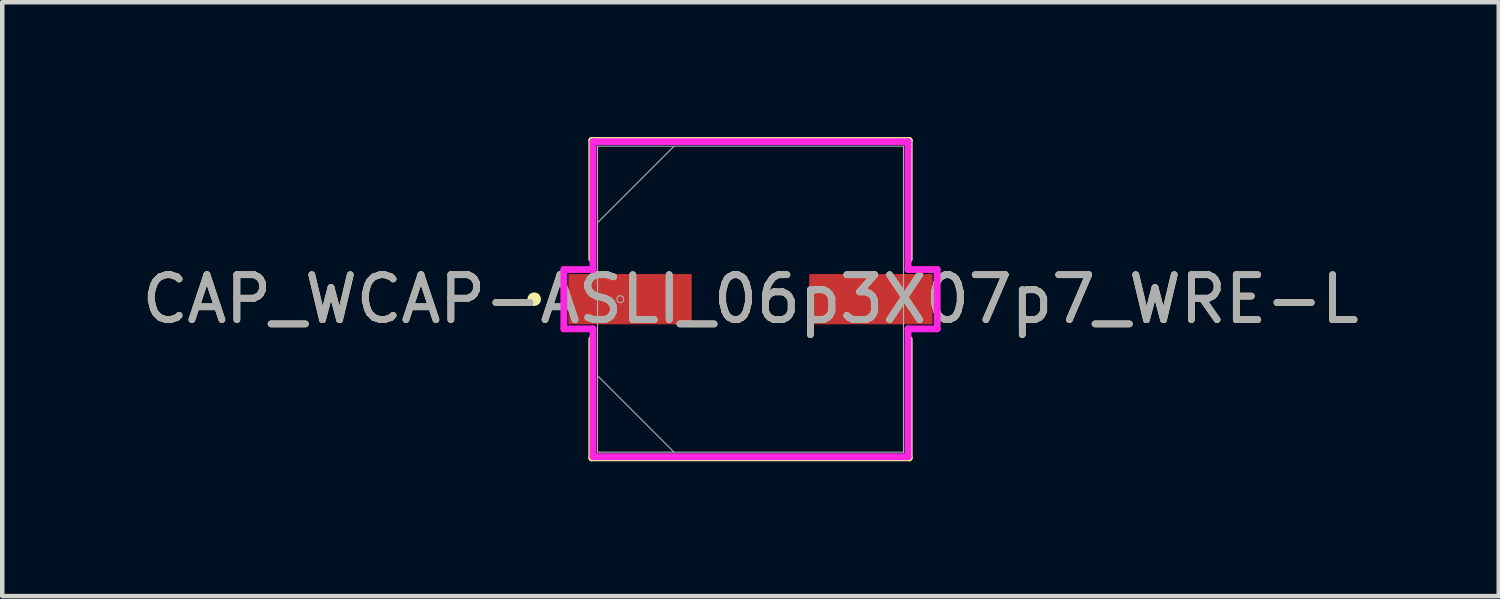
<source format=kicad_pcb>
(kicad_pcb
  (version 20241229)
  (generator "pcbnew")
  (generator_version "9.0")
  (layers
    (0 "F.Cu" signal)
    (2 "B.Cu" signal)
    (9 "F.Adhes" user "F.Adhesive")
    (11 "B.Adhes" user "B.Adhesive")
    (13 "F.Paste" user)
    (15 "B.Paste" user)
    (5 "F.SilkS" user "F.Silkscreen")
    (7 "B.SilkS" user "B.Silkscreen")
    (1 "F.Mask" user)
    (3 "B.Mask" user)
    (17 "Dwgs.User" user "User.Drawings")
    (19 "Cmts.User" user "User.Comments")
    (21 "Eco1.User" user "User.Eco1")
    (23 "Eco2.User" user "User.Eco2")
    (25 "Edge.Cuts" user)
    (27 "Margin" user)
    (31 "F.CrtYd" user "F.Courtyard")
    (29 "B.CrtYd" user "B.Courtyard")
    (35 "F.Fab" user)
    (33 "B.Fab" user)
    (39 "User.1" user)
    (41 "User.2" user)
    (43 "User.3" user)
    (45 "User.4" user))
  (footprint "CAP_WCAP-ASLI_06p3X07p7_WRE-L"
    (layer "F.Cu")
    (at 13.649 3.607)
    (property "Reference" "CAP_WCAP-ASLI_06p3X07p7_WRE-L" (at 0 0 0) (unlocked yes) (layer "F.SilkS") (effects (font (size 1 1) (thickness 0.15))))
    (attr smd)
    (fp_line (start -3.531 -3.531) (end -3.531 -0.892) (stroke (width 0.152) (type solid)) (layer "F.SilkS"))
    (fp_line (start -3.531 0.892) (end -3.531 3.531) (stroke (width 0.152) (type solid)) (layer "F.SilkS"))
    (fp_line (start -3.531 3.531) (end 3.531 3.531) (stroke (width 0.152) (type solid)) (layer "F.SilkS"))
    (fp_line (start 3.531 -3.531) (end -3.531 -3.531) (stroke (width 0.152) (type solid)) (layer "F.SilkS"))
    (fp_line (start 3.531 -0.892) (end 3.531 -3.531) (stroke (width 0.152) (type solid)) (layer "F.SilkS"))
    (fp_line (start 3.531 3.531) (end 3.531 0.892) (stroke (width 0.152) (type solid)) (layer "F.SilkS"))
    (fp_circle (center -4.813 0) (end -4.737 0) (stroke (width 0.152) (type solid)) (fill no) (layer "F.SilkS"))
    (fp_line (start -4.153 -0.66) (end -3.505 -0.66) (stroke (width 0.152) (type solid)) (layer "F.CrtYd"))
    (fp_line (start -4.153 0.66) (end -4.153 -0.66) (stroke (width 0.152) (type solid)) (layer "F.CrtYd"))
    (fp_line (start -3.505 -3.505) (end 3.505 -3.505) (stroke (width 0.152) (type solid)) (layer "F.CrtYd"))
    (fp_line (start -3.505 -0.66) (end -3.505 -3.505) (stroke (width 0.152) (type solid)) (layer "F.CrtYd"))
    (fp_line (start -3.505 0.66) (end -4.153 0.66) (stroke (width 0.152) (type solid)) (layer "F.CrtYd"))
    (fp_line (start -3.505 3.505) (end -3.505 0.66) (stroke (width 0.152) (type solid)) (layer "F.CrtYd"))
    (fp_line (start 3.505 -3.505) (end 3.505 -0.66) (stroke (width 0.152) (type solid)) (layer "F.CrtYd"))
    (fp_line (start 3.505 -0.66) (end 4.153 -0.66) (stroke (width 0.152) (type solid)) (layer "F.CrtYd"))
    (fp_line (start 3.505 0.66) (end 3.505 3.505) (stroke (width 0.152) (type solid)) (layer "F.CrtYd"))
    (fp_line (start 3.505 3.505) (end -3.505 3.505) (stroke (width 0.152) (type solid)) (layer "F.CrtYd"))
    (fp_line (start 4.153 -0.66) (end 4.153 0.66) (stroke (width 0.152) (type solid)) (layer "F.CrtYd"))
    (fp_line (start 4.153 0.66) (end 3.505 0.66) (stroke (width 0.152) (type solid)) (layer "F.CrtYd"))
    (fp_line (start -3.404 -3.404) (end -3.404 3.404) (stroke (width 0.025) (type solid)) (layer "F.Fab"))
    (fp_line (start -3.404 -1.702) (end -1.702 -3.404) (stroke (width 0.025) (type solid)) (layer "F.Fab"))
    (fp_line (start -3.404 1.702) (end -1.702 3.404) (stroke (width 0.025) (type solid)) (layer "F.Fab"))
    (fp_line (start -3.404 3.404) (end 3.404 3.404) (stroke (width 0.025) (type solid)) (layer "F.Fab"))
    (fp_line (start 3.404 -3.404) (end -3.404 -3.404) (stroke (width 0.025) (type solid)) (layer "F.Fab"))
    (fp_line (start 3.404 3.404) (end 3.404 -3.404) (stroke (width 0.025) (type solid)) (layer "F.Fab"))
    (fp_circle (center -2.896 0) (end -2.819 0) (stroke (width 0.025) (type solid)) (fill no) (layer "F.Fab"))
    (fp_text user "${REFERENCE}" (at 0 0 0) (unlocked yes) (layer "F.Fab") (effects (font (size 1 1) (thickness 0.15))))
    (pad "1" smd rect (at -2.68 0) (size 2.743 1.118) (layers "F.Cu" "F.Mask" "F.Paste"))
    (pad "2" smd rect (at 2.68 0) (size 2.743 1.118) (layers "F.Cu" "F.Mask" "F.Paste"))
    (zone (net_name "") (layer "F.Cu") (hatch full 0.508) (connect_pads) (min_thickness 0.254) (filled_areas_thickness no) (keepout (tracks not_allowed) (vias not_allowed) (pads allowed) (copperpour not_allowed) (footprints allowed)) (placement (enabled no)) (fill) (polygon (pts (xy 10.296 0.254) (xy 17.002 0.254) (xy 17.002 2.997) (xy 10.296 2.997))))
    (zone (net_name "") (layer "F.Cu") (hatch full 0.508) (connect_pads) (min_thickness 0.254) (filled_areas_thickness no) (keepout (tracks not_allowed) (vias not_allowed) (pads allowed) (copperpour not_allowed) (footprints allowed)) (placement (enabled no)) (fill) (polygon (pts (xy 10.296 4.216) (xy 17.002 4.216) (xy 17.002 6.96) (xy 10.296 6.96))))
    (zone (net_name "") (layer "F.Cu") (hatch full 0.508) (connect_pads) (min_thickness 0.254) (filled_areas_thickness no) (keepout (tracks not_allowed) (vias not_allowed) (pads allowed) (copperpour not_allowed) (footprints allowed)) (placement (enabled no)) (fill) (polygon (pts (xy 12.392 2.997) (xy 14.906 2.997) (xy 14.906 4.216) (xy 12.392 4.216)))))
  (gr_rect
    (start -3 -3)
    (end 30.298 10.214)
    (stroke (width 0.1) (type default))
    (fill no)
    (layer "Edge.Cuts")))
</source>
